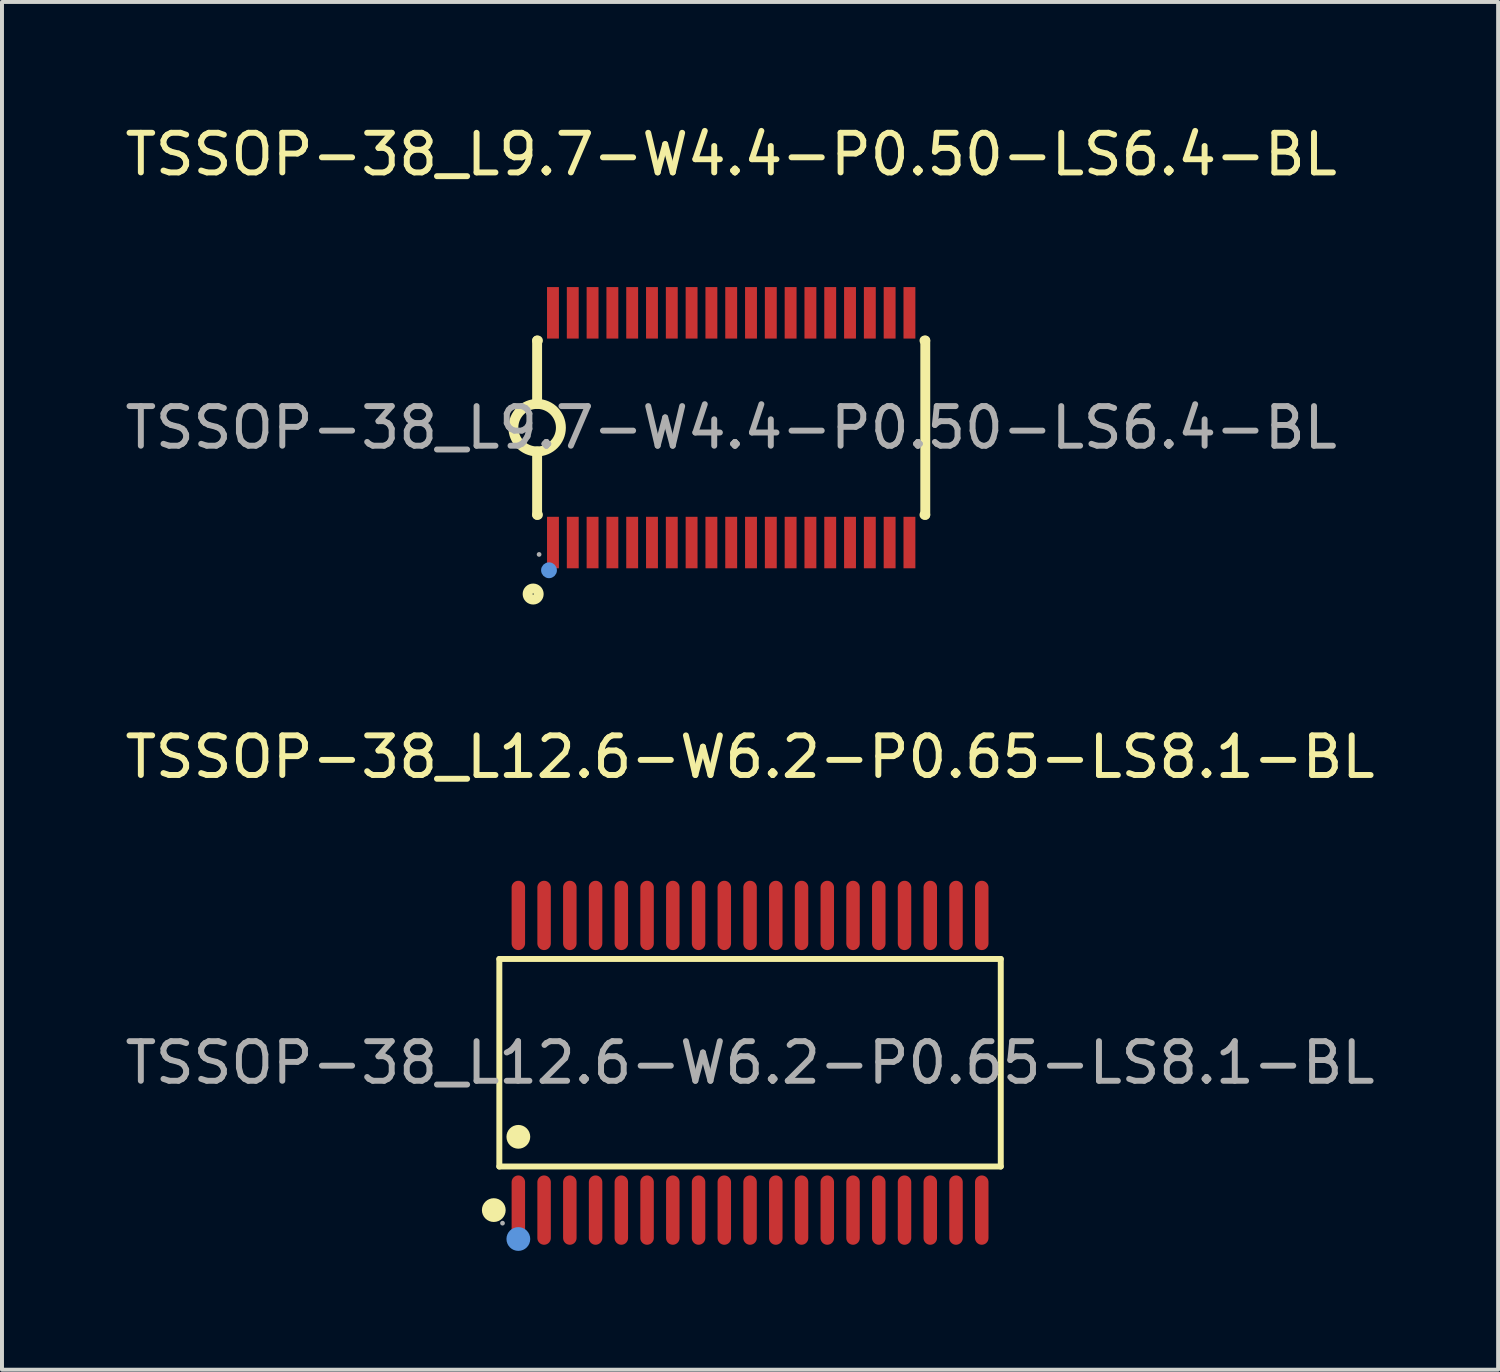
<source format=kicad_pcb>
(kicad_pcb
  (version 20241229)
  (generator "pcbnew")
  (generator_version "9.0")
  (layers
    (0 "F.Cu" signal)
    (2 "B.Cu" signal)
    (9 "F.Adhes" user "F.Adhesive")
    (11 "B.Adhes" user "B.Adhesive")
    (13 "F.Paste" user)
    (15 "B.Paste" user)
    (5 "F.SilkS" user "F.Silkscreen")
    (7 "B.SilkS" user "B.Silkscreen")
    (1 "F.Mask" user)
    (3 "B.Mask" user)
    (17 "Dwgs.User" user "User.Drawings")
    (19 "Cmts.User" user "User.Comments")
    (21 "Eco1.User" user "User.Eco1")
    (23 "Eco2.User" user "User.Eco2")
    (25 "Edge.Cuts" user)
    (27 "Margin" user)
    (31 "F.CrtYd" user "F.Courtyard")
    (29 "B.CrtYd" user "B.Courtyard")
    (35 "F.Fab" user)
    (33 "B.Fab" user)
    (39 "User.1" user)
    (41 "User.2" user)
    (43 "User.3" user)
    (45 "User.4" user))
  (footprint "TSSOP-38_L12.6-W6.2-P0.65-LS8.1-BL"
    (layer "F.Cu")
    (at 15.887 23.782)
    (property "Reference" "TSSOP-38_L12.6-W6.2-P0.65-LS8.1-BL" (at 0 -7.72 0) (layer "F.SilkS") (effects (font (size 1 1) (thickness 0.15))))
    (attr through_hole)
    (fp_line (start -6.33 -2.62) (end 6.33 -2.62) (stroke (width 0.15) (type solid)) (layer "F.SilkS"))
    (fp_line (start -6.33 2.62) (end -6.33 -2.62) (stroke (width 0.15) (type solid)) (layer "F.SilkS"))
    (fp_line (start 6.33 -2.62) (end 6.33 2.62) (stroke (width 0.15) (type solid)) (layer "F.SilkS"))
    (fp_line (start 6.33 2.62) (end -6.33 2.62) (stroke (width 0.15) (type solid)) (layer "F.SilkS"))
    (fp_circle (center -6.47 3.72) (end -6.32 3.72) (stroke (width 0.3) (type solid)) (fill no) (layer "F.SilkS"))
    (fp_circle (center -5.85 1.87) (end -5.7 1.87) (stroke (width 0.3) (type solid)) (fill no) (layer "F.SilkS"))
    (fp_circle (center -5.85 4.45) (end -5.7 4.45) (stroke (width 0.3) (type solid)) (fill no) (layer "Cmts.User"))
    (fp_circle (center -6.25 4.05) (end -6.22 4.05) (stroke (width 0.06) (type solid)) (fill no) (layer "F.Fab"))
    (fp_text user "${REFERENCE}" (at 0 0 0) (layer "F.Fab") (effects (font (size 1 1) (thickness 0.15))))
    (pad "1" smd oval (at -5.85 3.72) (size 0.34 1.75) (layers "F.Cu" "F.Mask" "F.Paste"))
    (pad "2" smd oval (at -5.2 3.72) (size 0.34 1.75) (layers "F.Cu" "F.Mask" "F.Paste"))
    (pad "3" smd oval (at -4.55 3.72) (size 0.34 1.75) (layers "F.Cu" "F.Mask" "F.Paste"))
    (pad "4" smd oval (at -3.9 3.72) (size 0.34 1.75) (layers "F.Cu" "F.Mask" "F.Paste"))
    (pad "5" smd oval (at -3.25 3.72) (size 0.34 1.75) (layers "F.Cu" "F.Mask" "F.Paste"))
    (pad "6" smd oval (at -2.6 3.72) (size 0.34 1.75) (layers "F.Cu" "F.Mask" "F.Paste"))
    (pad "7" smd oval (at -1.95 3.72) (size 0.34 1.75) (layers "F.Cu" "F.Mask" "F.Paste"))
    (pad "8" smd oval (at -1.3 3.72) (size 0.34 1.75) (layers "F.Cu" "F.Mask" "F.Paste"))
    (pad "9" smd oval (at -0.65 3.72) (size 0.34 1.75) (layers "F.Cu" "F.Mask" "F.Paste"))
    (pad "10" smd oval (at 0 3.72) (size 0.34 1.75) (layers "F.Cu" "F.Mask" "F.Paste"))
    (pad "11" smd oval (at 0.65 3.72) (size 0.34 1.75) (layers "F.Cu" "F.Mask" "F.Paste"))
    (pad "12" smd oval (at 1.3 3.72) (size 0.34 1.75) (layers "F.Cu" "F.Mask" "F.Paste"))
    (pad "13" smd oval (at 1.95 3.72) (size 0.34 1.75) (layers "F.Cu" "F.Mask" "F.Paste"))
    (pad "14" smd oval (at 2.6 3.72) (size 0.34 1.75) (layers "F.Cu" "F.Mask" "F.Paste"))
    (pad "15" smd oval (at 3.25 3.72) (size 0.34 1.75) (layers "F.Cu" "F.Mask" "F.Paste"))
    (pad "16" smd oval (at 3.9 3.72) (size 0.34 1.75) (layers "F.Cu" "F.Mask" "F.Paste"))
    (pad "17" smd oval (at 4.55 3.72) (size 0.34 1.75) (layers "F.Cu" "F.Mask" "F.Paste"))
    (pad "18" smd oval (at 5.2 3.72) (size 0.34 1.75) (layers "F.Cu" "F.Mask" "F.Paste"))
    (pad "19" smd oval (at 5.85 3.72) (size 0.34 1.75) (layers "F.Cu" "F.Mask" "F.Paste"))
    (pad "20" smd oval (at 5.85 -3.72) (size 0.34 1.75) (layers "F.Cu" "F.Mask" "F.Paste"))
    (pad "21" smd oval (at 5.2 -3.72) (size 0.34 1.75) (layers "F.Cu" "F.Mask" "F.Paste"))
    (pad "22" smd oval (at 4.55 -3.72) (size 0.34 1.75) (layers "F.Cu" "F.Mask" "F.Paste"))
    (pad "23" smd oval (at 3.9 -3.72) (size 0.34 1.75) (layers "F.Cu" "F.Mask" "F.Paste"))
    (pad "24" smd oval (at 3.25 -3.72) (size 0.34 1.75) (layers "F.Cu" "F.Mask" "F.Paste"))
    (pad "25" smd oval (at 2.6 -3.72) (size 0.34 1.75) (layers "F.Cu" "F.Mask" "F.Paste"))
    (pad "26" smd oval (at 1.95 -3.72) (size 0.34 1.75) (layers "F.Cu" "F.Mask" "F.Paste"))
    (pad "27" smd oval (at 1.3 -3.72) (size 0.34 1.75) (layers "F.Cu" "F.Mask" "F.Paste"))
    (pad "28" smd oval (at 0.65 -3.72) (size 0.34 1.75) (layers "F.Cu" "F.Mask" "F.Paste"))
    (pad "29" smd oval (at 0 -3.72) (size 0.34 1.75) (layers "F.Cu" "F.Mask" "F.Paste"))
    (pad "30" smd oval (at -0.65 -3.72) (size 0.34 1.75) (layers "F.Cu" "F.Mask" "F.Paste"))
    (pad "31" smd oval (at -1.3 -3.72) (size 0.34 1.75) (layers "F.Cu" "F.Mask" "F.Paste"))
    (pad "32" smd oval (at -1.95 -3.72) (size 0.34 1.75) (layers "F.Cu" "F.Mask" "F.Paste"))
    (pad "33" smd oval (at -2.6 -3.72) (size 0.34 1.75) (layers "F.Cu" "F.Mask" "F.Paste"))
    (pad "34" smd oval (at -3.25 -3.72) (size 0.34 1.75) (layers "F.Cu" "F.Mask" "F.Paste"))
    (pad "35" smd oval (at -3.9 -3.72) (size 0.34 1.75) (layers "F.Cu" "F.Mask" "F.Paste"))
    (pad "36" smd oval (at -4.55 -3.72) (size 0.34 1.75) (layers "F.Cu" "F.Mask" "F.Paste"))
    (pad "37" smd oval (at -5.2 -3.72) (size 0.34 1.75) (layers "F.Cu" "F.Mask" "F.Paste"))
    (pad "38" smd oval (at -5.85 -3.72) (size 0.34 1.75) (layers "F.Cu" "F.Mask" "F.Paste")))
  (footprint "TSSOP-38_L9.7-W4.4-P0.50-LS6.4-BL"
    (layer "F.Cu")
    (at 15.411 7.748)
    (property "Reference" "TSSOP-38_L9.7-W4.4-P0.50-LS6.4-BL" (at 0 -6.9 0) (layer "F.SilkS") (effects (font (size 1 1) (thickness 0.15))))
    (attr through_hole)
    (fp_line (start -4.9 -2.2) (end -4.9 -0.6) (stroke (width 0.25) (type solid)) (layer "F.SilkS"))
    (fp_line (start -4.9 -2.2) (end -4.88 -2.2) (stroke (width 0.25) (type solid)) (layer "F.SilkS"))
    (fp_line (start -4.9 2.2) (end -4.9 0.6) (stroke (width 0.25) (type solid)) (layer "F.SilkS"))
    (fp_line (start -4.9 2.2) (end -4.88 2.2) (stroke (width 0.25) (type solid)) (layer "F.SilkS"))
    (fp_line (start 4.88 -2.2) (end 4.9 -2.2) (stroke (width 0.25) (type solid)) (layer "F.SilkS"))
    (fp_line (start 4.88 2.2) (end 4.9 2.2) (stroke (width 0.25) (type solid)) (layer "F.SilkS"))
    (fp_line (start 4.9 -2.2) (end 4.9 2.2) (stroke (width 0.25) (type solid)) (layer "F.SilkS"))
    (fp_arc (start -4.910471 0.599909) (mid -4.894764 -0.599978) (end -4.9 0.6) (stroke (width 0.25) (type solid)) (layer "F.SilkS"))
    (fp_circle (center -5 4.2) (end -4.86 4.2) (stroke (width 0.25) (type solid)) (fill no) (layer "F.SilkS"))
    (fp_circle (center -4.6 3.6) (end -4.5 3.6) (stroke (width 0.2) (type solid)) (fill no) (layer "Cmts.User"))
    (fp_circle (center -4.85 3.2) (end -4.82 3.2) (stroke (width 0.06) (type solid)) (fill no) (layer "F.Fab"))
    (fp_text user "${REFERENCE}" (at 0 0 0) (layer "F.Fab") (effects (font (size 1 1) (thickness 0.15))))
    (pad "1" smd rect (at -4.5 2.9 90) (size 1.3 0.3) (layers "F.Cu" "F.Mask" "F.Paste"))
    (pad "2" smd rect (at -4 2.9 90) (size 1.3 0.3) (layers "F.Cu" "F.Mask" "F.Paste"))
    (pad "3" smd rect (at -3.5 2.9 90) (size 1.3 0.3) (layers "F.Cu" "F.Mask" "F.Paste"))
    (pad "4" smd rect (at -3 2.9 90) (size 1.3 0.3) (layers "F.Cu" "F.Mask" "F.Paste"))
    (pad "5" smd rect (at -2.5 2.9 90) (size 1.3 0.3) (layers "F.Cu" "F.Mask" "F.Paste"))
    (pad "6" smd rect (at -2 2.9 90) (size 1.3 0.3) (layers "F.Cu" "F.Mask" "F.Paste"))
    (pad "7" smd rect (at -1.5 2.9 90) (size 1.3 0.3) (layers "F.Cu" "F.Mask" "F.Paste"))
    (pad "8" smd rect (at -1 2.9 90) (size 1.3 0.3) (layers "F.Cu" "F.Mask" "F.Paste"))
    (pad "9" smd rect (at -0.5 2.9 90) (size 1.3 0.3) (layers "F.Cu" "F.Mask" "F.Paste"))
    (pad "10" smd rect (at 0 2.9 90) (size 1.3 0.3) (layers "F.Cu" "F.Mask" "F.Paste"))
    (pad "11" smd rect (at 0.5 2.9 90) (size 1.3 0.3) (layers "F.Cu" "F.Mask" "F.Paste"))
    (pad "12" smd rect (at 1 2.9 90) (size 1.3 0.3) (layers "F.Cu" "F.Mask" "F.Paste"))
    (pad "13" smd rect (at 1.5 2.9 90) (size 1.3 0.3) (layers "F.Cu" "F.Mask" "F.Paste"))
    (pad "14" smd rect (at 2 2.9 90) (size 1.3 0.3) (layers "F.Cu" "F.Mask" "F.Paste"))
    (pad "15" smd rect (at 2.5 2.9 90) (size 1.3 0.3) (layers "F.Cu" "F.Mask" "F.Paste"))
    (pad "16" smd rect (at 3 2.9 90) (size 1.3 0.3) (layers "F.Cu" "F.Mask" "F.Paste"))
    (pad "17" smd rect (at 3.5 2.9 90) (size 1.3 0.3) (layers "F.Cu" "F.Mask" "F.Paste"))
    (pad "18" smd rect (at 4 2.9 90) (size 1.3 0.3) (layers "F.Cu" "F.Mask" "F.Paste"))
    (pad "19" smd rect (at 4.5 2.9 90) (size 1.3 0.3) (layers "F.Cu" "F.Mask" "F.Paste"))
    (pad "20" smd rect (at 4.5 -2.9 90) (size 1.3 0.3) (layers "F.Cu" "F.Mask" "F.Paste"))
    (pad "21" smd rect (at 4 -2.9 90) (size 1.3 0.3) (layers "F.Cu" "F.Mask" "F.Paste"))
    (pad "22" smd rect (at 3.5 -2.9 90) (size 1.3 0.3) (layers "F.Cu" "F.Mask" "F.Paste"))
    (pad "23" smd rect (at 3 -2.9 90) (size 1.3 0.3) (layers "F.Cu" "F.Mask" "F.Paste"))
    (pad "24" smd rect (at 2.5 -2.9 90) (size 1.3 0.3) (layers "F.Cu" "F.Mask" "F.Paste"))
    (pad "25" smd rect (at 2 -2.9 90) (size 1.3 0.3) (layers "F.Cu" "F.Mask" "F.Paste"))
    (pad "26" smd rect (at 1.5 -2.9 90) (size 1.3 0.3) (layers "F.Cu" "F.Mask" "F.Paste"))
    (pad "27" smd rect (at 1 -2.9 90) (size 1.3 0.3) (layers "F.Cu" "F.Mask" "F.Paste"))
    (pad "28" smd rect (at 0.5 -2.9 90) (size 1.3 0.3) (layers "F.Cu" "F.Mask" "F.Paste"))
    (pad "29" smd rect (at 0 -2.9 90) (size 1.3 0.3) (layers "F.Cu" "F.Mask" "F.Paste"))
    (pad "30" smd rect (at -0.5 -2.9 90) (size 1.3 0.3) (layers "F.Cu" "F.Mask" "F.Paste"))
    (pad "31" smd rect (at -1 -2.9 90) (size 1.3 0.3) (layers "F.Cu" "F.Mask" "F.Paste"))
    (pad "32" smd rect (at -1.5 -2.9 90) (size 1.3 0.3) (layers "F.Cu" "F.Mask" "F.Paste"))
    (pad "33" smd rect (at -2 -2.9 90) (size 1.3 0.3) (layers "F.Cu" "F.Mask" "F.Paste"))
    (pad "34" smd rect (at -2.5 -2.9 90) (size 1.3 0.3) (layers "F.Cu" "F.Mask" "F.Paste"))
    (pad "35" smd rect (at -3 -2.9 90) (size 1.3 0.3) (layers "F.Cu" "F.Mask" "F.Paste"))
    (pad "36" smd rect (at -3.5 -2.9 90) (size 1.3 0.3) (layers "F.Cu" "F.Mask" "F.Paste"))
    (pad "37" smd rect (at -4 -2.9 90) (size 1.3 0.3) (layers "F.Cu" "F.Mask" "F.Paste"))
    (pad "38" smd rect (at -4.5 -2.9 90) (size 1.3 0.3) (layers "F.Cu" "F.Mask" "F.Paste")))
  (gr_rect
    (start -3 -3)
    (end 34.774 31.532)
    (stroke (width 0.1) (type default))
    (fill no)
    (layer "Edge.Cuts")))
</source>
